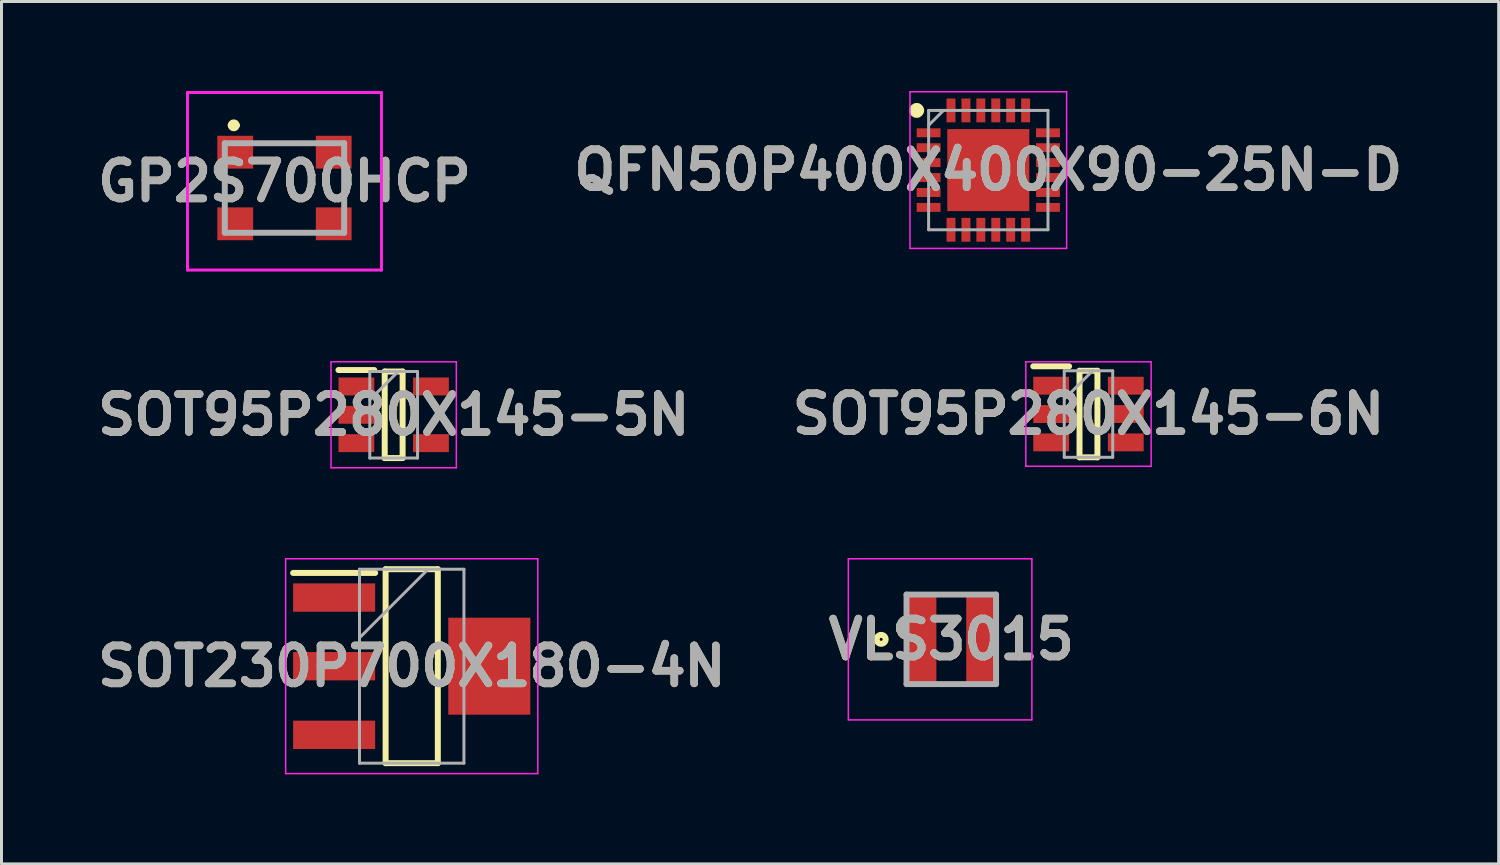
<source format=kicad_pcb>
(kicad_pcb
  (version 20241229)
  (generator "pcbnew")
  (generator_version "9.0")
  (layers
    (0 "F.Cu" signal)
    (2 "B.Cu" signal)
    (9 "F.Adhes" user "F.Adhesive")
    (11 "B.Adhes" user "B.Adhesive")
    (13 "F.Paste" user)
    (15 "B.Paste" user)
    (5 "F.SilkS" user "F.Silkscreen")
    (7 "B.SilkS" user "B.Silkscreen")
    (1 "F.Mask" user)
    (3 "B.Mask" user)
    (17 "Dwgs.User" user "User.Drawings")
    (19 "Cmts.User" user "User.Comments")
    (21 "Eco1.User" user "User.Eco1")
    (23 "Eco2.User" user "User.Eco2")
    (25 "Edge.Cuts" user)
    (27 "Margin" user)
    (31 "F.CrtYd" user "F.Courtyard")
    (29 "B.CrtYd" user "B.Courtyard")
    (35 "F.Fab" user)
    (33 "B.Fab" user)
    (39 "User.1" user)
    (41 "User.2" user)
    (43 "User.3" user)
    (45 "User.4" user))
  (footprint "SOT95P280X145-5N"
    (layer "F.Cu")
    (at 10.142 10.85)
    (property "Reference" "SOT95P280X145-5N" (at 0 0 0) (layer "F.SilkS") (effects (font (size 1.27 1.27) (thickness 0.254))))
    (attr smd)
    (fp_line (start -1.85 -1.5) (end -0.65 -1.5) (stroke (width 0.2) (type solid)) (layer "F.SilkS"))
    (fp_line (start -0.3 -1.45) (end 0.3 -1.45) (stroke (width 0.2) (type solid)) (layer "F.SilkS"))
    (fp_line (start -0.3 1.45) (end -0.3 -1.45) (stroke (width 0.2) (type solid)) (layer "F.SilkS"))
    (fp_line (start 0.3 -1.45) (end 0.3 1.45) (stroke (width 0.2) (type solid)) (layer "F.SilkS"))
    (fp_line (start 0.3 1.45) (end -0.3 1.45) (stroke (width 0.2) (type solid)) (layer "F.SilkS"))
    (fp_line (start -2.1 -1.775) (end 2.1 -1.775) (stroke (width 0.05) (type solid)) (layer "F.CrtYd"))
    (fp_line (start -2.1 1.775) (end -2.1 -1.775) (stroke (width 0.05) (type solid)) (layer "F.CrtYd"))
    (fp_line (start 2.1 -1.775) (end 2.1 1.775) (stroke (width 0.05) (type solid)) (layer "F.CrtYd"))
    (fp_line (start 2.1 1.775) (end -2.1 1.775) (stroke (width 0.05) (type solid)) (layer "F.CrtYd"))
    (fp_line (start -0.8 -1.45) (end 0.8 -1.45) (stroke (width 0.1) (type solid)) (layer "F.Fab"))
    (fp_line (start -0.8 -0.5) (end 0.15 -1.45) (stroke (width 0.1) (type solid)) (layer "F.Fab"))
    (fp_line (start -0.8 1.45) (end -0.8 -1.45) (stroke (width 0.1) (type solid)) (layer "F.Fab"))
    (fp_line (start 0.8 -1.45) (end 0.8 1.45) (stroke (width 0.1) (type solid)) (layer "F.Fab"))
    (fp_line (start 0.8 1.45) (end -0.8 1.45) (stroke (width 0.1) (type solid)) (layer "F.Fab"))
    (fp_text user "${REFERENCE}" (at 0 0 0) (layer "F.Fab") (effects (font (size 1.27 1.27) (thickness 0.254))))
    (pad "1" smd rect (at -1.25 -0.95 90) (size 0.6 1.2) (layers "F.Cu" "F.Mask" "F.Paste"))
    (pad "2" smd rect (at -1.25 0 90) (size 0.6 1.2) (layers "F.Cu" "F.Mask" "F.Paste"))
    (pad "3" smd rect (at -1.25 0.95 90) (size 0.6 1.2) (layers "F.Cu" "F.Mask" "F.Paste"))
    (pad "4" smd rect (at 1.25 0.95 90) (size 0.6 1.2) (layers "F.Cu" "F.Mask" "F.Paste"))
    (pad "5" smd rect (at 1.25 -0.95 90) (size 0.6 1.2) (layers "F.Cu" "F.Mask" "F.Paste")))
  (footprint "QFN50P400X400X90-25N-D"
    (layer "F.Cu")
    (at 30.069 2.65)
    (property "Reference" "QFN50P400X400X90-25N-D" (at 0 0 0) (layer "F.SilkS") (effects (font (size 1.27 1.27) (thickness 0.254))))
    (attr smd)
    (fp_circle (center -2.4 -2) (end -2.4 -1.875) (stroke (width 0.25) (type solid)) (fill no) (layer "F.SilkS"))
    (fp_line (start -2.625 -2.625) (end 2.625 -2.625) (stroke (width 0.05) (type solid)) (layer "F.CrtYd"))
    (fp_line (start -2.625 2.625) (end -2.625 -2.625) (stroke (width 0.05) (type solid)) (layer "F.CrtYd"))
    (fp_line (start 2.625 -2.625) (end 2.625 2.625) (stroke (width 0.05) (type solid)) (layer "F.CrtYd"))
    (fp_line (start 2.625 2.625) (end -2.625 2.625) (stroke (width 0.05) (type solid)) (layer "F.CrtYd"))
    (fp_line (start -2 -2) (end 2 -2) (stroke (width 0.1) (type solid)) (layer "F.Fab"))
    (fp_line (start -2 -1.5) (end -1.5 -2) (stroke (width 0.1) (type solid)) (layer "F.Fab"))
    (fp_line (start -2 2) (end -2 -2) (stroke (width 0.1) (type solid)) (layer "F.Fab"))
    (fp_line (start 2 -2) (end 2 2) (stroke (width 0.1) (type solid)) (layer "F.Fab"))
    (fp_line (start 2 2) (end -2 2) (stroke (width 0.1) (type solid)) (layer "F.Fab"))
    (fp_text user "${REFERENCE}" (at 0 0 0) (layer "F.Fab") (effects (font (size 1.27 1.27) (thickness 0.254))))
    (pad "1" smd rect (at -2 -1.25 90) (size 0.3 0.8) (layers "F.Cu" "F.Mask" "F.Paste"))
    (pad "2" smd rect (at -2 -0.75 90) (size 0.3 0.8) (layers "F.Cu" "F.Mask" "F.Paste"))
    (pad "3" smd rect (at -2 -0.25 90) (size 0.3 0.8) (layers "F.Cu" "F.Mask" "F.Paste"))
    (pad "4" smd rect (at -2 0.25 90) (size 0.3 0.8) (layers "F.Cu" "F.Mask" "F.Paste"))
    (pad "5" smd rect (at -2 0.75 90) (size 0.3 0.8) (layers "F.Cu" "F.Mask" "F.Paste"))
    (pad "6" smd rect (at -2 1.25 90) (size 0.3 0.8) (layers "F.Cu" "F.Mask" "F.Paste"))
    (pad "7" smd rect (at -1.25 2) (size 0.3 0.8) (layers "F.Cu" "F.Mask" "F.Paste"))
    (pad "8" smd rect (at -0.75 2) (size 0.3 0.8) (layers "F.Cu" "F.Mask" "F.Paste"))
    (pad "9" smd rect (at -0.25 2) (size 0.3 0.8) (layers "F.Cu" "F.Mask" "F.Paste"))
    (pad "10" smd rect (at 0.25 2) (size 0.3 0.8) (layers "F.Cu" "F.Mask" "F.Paste"))
    (pad "11" smd rect (at 0.75 2) (size 0.3 0.8) (layers "F.Cu" "F.Mask" "F.Paste"))
    (pad "12" smd rect (at 1.25 2) (size 0.3 0.8) (layers "F.Cu" "F.Mask" "F.Paste"))
    (pad "13" smd rect (at 2 1.25 90) (size 0.3 0.8) (layers "F.Cu" "F.Mask" "F.Paste"))
    (pad "14" smd rect (at 2 0.75 90) (size 0.3 0.8) (layers "F.Cu" "F.Mask" "F.Paste"))
    (pad "15" smd rect (at 2 0.25 90) (size 0.3 0.8) (layers "F.Cu" "F.Mask" "F.Paste"))
    (pad "16" smd rect (at 2 -0.25 90) (size 0.3 0.8) (layers "F.Cu" "F.Mask" "F.Paste"))
    (pad "17" smd rect (at 2 -0.75 90) (size 0.3 0.8) (layers "F.Cu" "F.Mask" "F.Paste"))
    (pad "18" smd rect (at 2 -1.25 90) (size 0.3 0.8) (layers "F.Cu" "F.Mask" "F.Paste"))
    (pad "19" smd rect (at 1.25 -2) (size 0.3 0.8) (layers "F.Cu" "F.Mask" "F.Paste"))
    (pad "20" smd rect (at 0.75 -2) (size 0.3 0.8) (layers "F.Cu" "F.Mask" "F.Paste"))
    (pad "21" smd rect (at 0.25 -2) (size 0.3 0.8) (layers "F.Cu" "F.Mask" "F.Paste"))
    (pad "22" smd rect (at -0.25 -2) (size 0.3 0.8) (layers "F.Cu" "F.Mask" "F.Paste"))
    (pad "23" smd rect (at -0.75 -2) (size 0.3 0.8) (layers "F.Cu" "F.Mask" "F.Paste"))
    (pad "24" smd rect (at -1.25 -2) (size 0.3 0.8) (layers "F.Cu" "F.Mask" "F.Paste"))
    (pad "25" smd rect (at 0 0) (size 2.75 2.75) (layers "F.Cu" "F.Mask" "F.Paste")))
  (footprint "SOT230P700X180-4N"
    (layer "F.Cu")
    (at 10.747 19.275)
    (property "Reference" "SOT230P700X180-4N" (at 0 0 0) (layer "F.SilkS") (effects (font (size 1.27 1.27) (thickness 0.254))))
    (attr smd)
    (fp_line (start -3.975 -3.125) (end -1.225 -3.125) (stroke (width 0.2) (type solid)) (layer "F.SilkS"))
    (fp_line (start -0.875 -3.25) (end 0.875 -3.25) (stroke (width 0.2) (type solid)) (layer "F.SilkS"))
    (fp_line (start -0.875 3.25) (end -0.875 -3.25) (stroke (width 0.2) (type solid)) (layer "F.SilkS"))
    (fp_line (start 0.875 -3.25) (end 0.875 3.25) (stroke (width 0.2) (type solid)) (layer "F.SilkS"))
    (fp_line (start 0.875 3.25) (end -0.875 3.25) (stroke (width 0.2) (type solid)) (layer "F.SilkS"))
    (fp_line (start -4.225 -3.6) (end 4.225 -3.6) (stroke (width 0.05) (type solid)) (layer "F.CrtYd"))
    (fp_line (start -4.225 3.6) (end -4.225 -3.6) (stroke (width 0.05) (type solid)) (layer "F.CrtYd"))
    (fp_line (start 4.225 -3.6) (end 4.225 3.6) (stroke (width 0.05) (type solid)) (layer "F.CrtYd"))
    (fp_line (start 4.225 3.6) (end -4.225 3.6) (stroke (width 0.05) (type solid)) (layer "F.CrtYd"))
    (fp_line (start -1.75 -3.25) (end 1.75 -3.25) (stroke (width 0.1) (type solid)) (layer "F.Fab"))
    (fp_line (start -1.75 -0.95) (end 0.55 -3.25) (stroke (width 0.1) (type solid)) (layer "F.Fab"))
    (fp_line (start -1.75 3.25) (end -1.75 -3.25) (stroke (width 0.1) (type solid)) (layer "F.Fab"))
    (fp_line (start 1.75 -3.25) (end 1.75 3.25) (stroke (width 0.1) (type solid)) (layer "F.Fab"))
    (fp_line (start 1.75 3.25) (end -1.75 3.25) (stroke (width 0.1) (type solid)) (layer "F.Fab"))
    (fp_text user "${REFERENCE}" (at 0 0 0) (layer "F.Fab") (effects (font (size 1.27 1.27) (thickness 0.254))))
    (pad "1" smd rect (at -2.6 -2.3 90) (size 0.95 2.75) (layers "F.Cu" "F.Mask" "F.Paste"))
    (pad "2" smd rect (at -2.6 0 90) (size 0.95 2.75) (layers "F.Cu" "F.Mask" "F.Paste"))
    (pad "3" smd rect (at -2.6 2.3 90) (size 0.95 2.75) (layers "F.Cu" "F.Mask" "F.Paste"))
    (pad "4" smd rect (at 2.6 0) (size 2.75 3.25) (layers "F.Cu" "F.Mask" "F.Paste")))
  (footprint "GP2S700HCP"
    (layer "F.Cu")
    (at 6.483 3.025)
    (property "Reference" "GP2S700HCP" (at 0 0 0) (layer "F.SilkS") (effects (font (size 1.27 1.27) (thickness 0.254))))
    (attr smd)
    (fp_line (start -2 -0.275) (end -2 0.725) (stroke (width 0.1) (type solid)) (layer "F.SilkS"))
    (fp_line (start -1.8 -1.875) (end -1.8 -1.875) (stroke (width 0.2) (type solid)) (layer "F.SilkS"))
    (fp_line (start -1.6 -1.875) (end -1.6 -1.875) (stroke (width 0.2) (type solid)) (layer "F.SilkS"))
    (fp_line (start -0.75 -1.275) (end 0.75 -1.275) (stroke (width 0.1) (type solid)) (layer "F.SilkS"))
    (fp_line (start -0.75 1.725) (end 0.75 1.725) (stroke (width 0.1) (type solid)) (layer "F.SilkS"))
    (fp_line (start 2 -0.275) (end 2 0.725) (stroke (width 0.1) (type solid)) (layer "F.SilkS"))
    (fp_arc (start -1.8 -1.875) (mid -1.7 -1.975) (end -1.6 -1.875) (stroke (width 0.2) (type solid)) (layer "F.SilkS"))
    (fp_arc (start -1.6 -1.875) (mid -1.7 -1.775) (end -1.8 -1.875) (stroke (width 0.2) (type solid)) (layer "F.SilkS"))
    (fp_line (start -3.25 -2.975) (end 3.25 -2.975) (stroke (width 0.1) (type solid)) (layer "F.CrtYd"))
    (fp_line (start -3.25 2.975) (end -3.25 -2.975) (stroke (width 0.1) (type solid)) (layer "F.CrtYd"))
    (fp_line (start 3.25 -2.975) (end 3.25 2.975) (stroke (width 0.1) (type solid)) (layer "F.CrtYd"))
    (fp_line (start 3.25 2.975) (end -3.25 2.975) (stroke (width 0.1) (type solid)) (layer "F.CrtYd"))
    (fp_line (start -2 -1.275) (end 2 -1.275) (stroke (width 0.2) (type solid)) (layer "F.Fab"))
    (fp_line (start -2 1.725) (end -2 -1.275) (stroke (width 0.2) (type solid)) (layer "F.Fab"))
    (fp_line (start 2 -1.275) (end 2 1.725) (stroke (width 0.2) (type solid)) (layer "F.Fab"))
    (fp_line (start 2 1.725) (end -2 1.725) (stroke (width 0.2) (type solid)) (layer "F.Fab"))
    (fp_text user "${REFERENCE}" (at 0 0 0) (layer "F.Fab") (effects (font (size 1.27 1.27) (thickness 0.254))))
    (pad "1" smd rect (at -1.65 -0.975 90) (size 1.1 1.2) (layers "F.Cu" "F.Mask" "F.Paste"))
    (pad "2" smd rect (at -1.65 1.425 90) (size 1.1 1.2) (layers "F.Cu" "F.Mask" "F.Paste"))
    (pad "3" smd rect (at 1.65 1.425 90) (size 1.1 1.2) (layers "F.Cu" "F.Mask" "F.Paste"))
    (pad "4" smd rect (at 1.65 -0.975 90) (size 1.1 1.2) (layers "F.Cu" "F.Mask" "F.Paste")))
  (footprint "SOT95P280X145-6N"
    (layer "F.Cu")
    (at 33.426 10.825)
    (property "Reference" "SOT95P280X145-6N" (at 0 0 0) (layer "F.SilkS") (effects (font (size 1.27 1.27) (thickness 0.254))))
    (attr smd)
    (fp_line (start -1.85 -1.6) (end -0.65 -1.6) (stroke (width 0.2) (type solid)) (layer "F.SilkS"))
    (fp_line (start -0.3 -1.45) (end 0.3 -1.45) (stroke (width 0.2) (type solid)) (layer "F.SilkS"))
    (fp_line (start -0.3 1.45) (end -0.3 -1.45) (stroke (width 0.2) (type solid)) (layer "F.SilkS"))
    (fp_line (start 0.3 -1.45) (end 0.3 1.45) (stroke (width 0.2) (type solid)) (layer "F.SilkS"))
    (fp_line (start 0.3 1.45) (end -0.3 1.45) (stroke (width 0.2) (type solid)) (layer "F.SilkS"))
    (fp_line (start -2.1 -1.75) (end 2.1 -1.75) (stroke (width 0.05) (type solid)) (layer "F.CrtYd"))
    (fp_line (start -2.1 1.75) (end -2.1 -1.75) (stroke (width 0.05) (type solid)) (layer "F.CrtYd"))
    (fp_line (start 2.1 -1.75) (end 2.1 1.75) (stroke (width 0.05) (type solid)) (layer "F.CrtYd"))
    (fp_line (start 2.1 1.75) (end -2.1 1.75) (stroke (width 0.05) (type solid)) (layer "F.CrtYd"))
    (fp_line (start -0.812 -1.45) (end 0.812 -1.45) (stroke (width 0.1) (type solid)) (layer "F.Fab"))
    (fp_line (start -0.812 -0.5) (end 0.138 -1.45) (stroke (width 0.1) (type solid)) (layer "F.Fab"))
    (fp_line (start -0.812 1.45) (end -0.812 -1.45) (stroke (width 0.1) (type solid)) (layer "F.Fab"))
    (fp_line (start 0.812 -1.45) (end 0.812 1.45) (stroke (width 0.1) (type solid)) (layer "F.Fab"))
    (fp_line (start 0.812 1.45) (end -0.812 1.45) (stroke (width 0.1) (type solid)) (layer "F.Fab"))
    (fp_text user "${REFERENCE}" (at 0 0 0) (layer "F.Fab") (effects (font (size 1.27 1.27) (thickness 0.254))))
    (pad "1" smd rect (at -1.25 -0.95 90) (size 0.6 1.2) (layers "F.Cu" "F.Mask" "F.Paste"))
    (pad "2" smd rect (at -1.25 0 90) (size 0.6 1.2) (layers "F.Cu" "F.Mask" "F.Paste"))
    (pad "3" smd rect (at -1.25 0.95 90) (size 0.6 1.2) (layers "F.Cu" "F.Mask" "F.Paste"))
    (pad "4" smd rect (at 1.25 0.95 90) (size 0.6 1.2) (layers "F.Cu" "F.Mask" "F.Paste"))
    (pad "5" smd rect (at 1.25 0 90) (size 0.6 1.2) (layers "F.Cu" "F.Mask" "F.Paste"))
    (pad "6" smd rect (at 1.25 -0.95 90) (size 0.6 1.2) (layers "F.Cu" "F.Mask" "F.Paste")))
  (footprint "VLS3015"
    (layer "F.Cu")
    (at 28.829 18.375)
    (property "Reference" "VLS3015" (at 0 0 0) (layer "F.SilkS") (effects (font (size 1.27 1.27) (thickness 0.254))))
    (attr smd)
    (fp_circle (center -2.35 0) (end -2.35 0.05) (stroke (width 0.2) (type solid)) (fill no) (layer "F.SilkS"))
    (fp_line (start -3.45 -2.7) (end 2.7 -2.7) (stroke (width 0.05) (type solid)) (layer "F.CrtYd"))
    (fp_line (start -3.45 2.7) (end -3.45 -2.7) (stroke (width 0.05) (type solid)) (layer "F.CrtYd"))
    (fp_line (start 2.7 -2.7) (end 2.7 2.7) (stroke (width 0.05) (type solid)) (layer "F.CrtYd"))
    (fp_line (start 2.7 2.7) (end -3.45 2.7) (stroke (width 0.05) (type solid)) (layer "F.CrtYd"))
    (fp_line (start -1.5 -1.5) (end 1.5 -1.5) (stroke (width 0.2) (type solid)) (layer "F.Fab"))
    (fp_line (start -1.5 1.5) (end -1.5 -1.5) (stroke (width 0.2) (type solid)) (layer "F.Fab"))
    (fp_line (start 1.5 -1.5) (end 1.5 1.5) (stroke (width 0.2) (type solid)) (layer "F.Fab"))
    (fp_line (start 1.5 1.5) (end -1.5 1.5) (stroke (width 0.2) (type solid)) (layer "F.Fab"))
    (fp_text user "${REFERENCE}" (at 0 0 0) (layer "F.Fab") (effects (font (size 1.27 1.27) (thickness 0.254))))
    (pad "1" smd rect (at -1 0) (size 1 3) (layers "F.Cu" "F.Mask" "F.Paste"))
    (pad "2" smd rect (at 1 0) (size 1 3) (layers "F.Cu" "F.Mask" "F.Paste")))
  (gr_rect
    (start -3 -3)
    (end 47.172 25.9)
    (stroke (width 0.1) (type default))
    (fill no)
    (layer "Edge.Cuts")))
</source>
